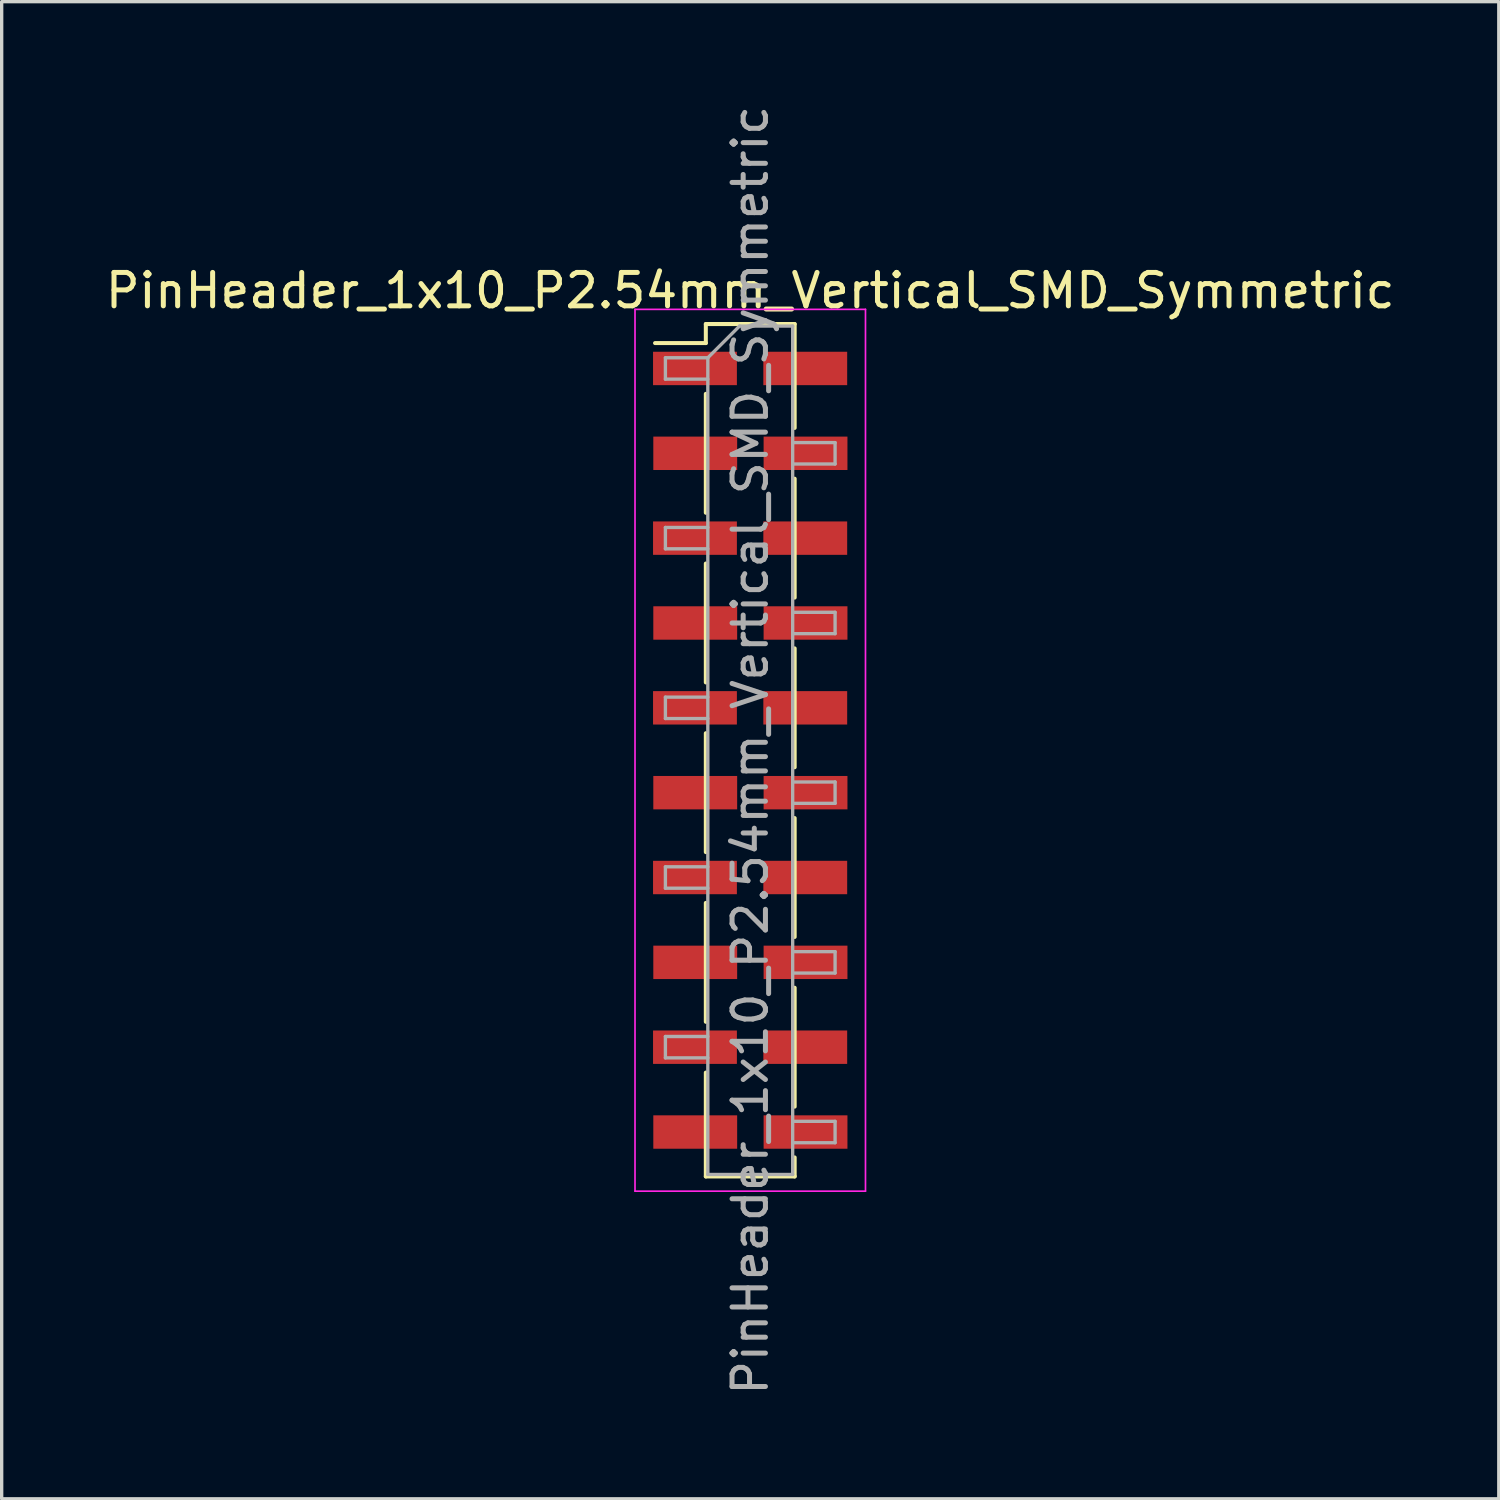
<source format=kicad_pcb>
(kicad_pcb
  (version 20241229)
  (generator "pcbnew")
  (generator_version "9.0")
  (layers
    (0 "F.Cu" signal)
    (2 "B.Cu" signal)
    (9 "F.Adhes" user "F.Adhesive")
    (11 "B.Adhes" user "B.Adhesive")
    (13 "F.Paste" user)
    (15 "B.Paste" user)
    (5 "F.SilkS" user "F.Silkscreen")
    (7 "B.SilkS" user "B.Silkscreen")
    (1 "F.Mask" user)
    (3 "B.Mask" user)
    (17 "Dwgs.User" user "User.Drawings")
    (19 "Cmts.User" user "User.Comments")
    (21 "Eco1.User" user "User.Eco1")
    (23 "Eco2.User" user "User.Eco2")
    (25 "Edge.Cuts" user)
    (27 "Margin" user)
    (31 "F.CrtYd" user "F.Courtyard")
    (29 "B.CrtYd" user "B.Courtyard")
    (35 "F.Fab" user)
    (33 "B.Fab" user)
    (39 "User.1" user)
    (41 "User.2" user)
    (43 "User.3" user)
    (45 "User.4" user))
  (footprint "PinHeader_1x10_P2.54mm_Vertical_SMD_Symmetric"
    (layer "F.Cu")
    (at 19.411 19.411)
    (property "Reference" "PinHeader_1x10_P2.54mm_Vertical_SMD_Symmetric" (at 0 -13.76 0) (layer "F.SilkS") (effects (font (size 1 1) (thickness 0.15))))
    (attr smd)
    (fp_line (start -1.33 -12.76) (end -1.33 -12.19) (stroke (width 0.12) (type solid)) (layer "F.SilkS"))
    (fp_line (start -1.33 -12.76) (end 1.33 -12.76) (stroke (width 0.12) (type solid)) (layer "F.SilkS"))
    (fp_line (start -1.33 -12.19) (end -2.85 -12.19) (stroke (width 0.12) (type solid)) (layer "F.SilkS"))
    (fp_line (start -1.33 -10.67) (end -1.33 -7.11) (stroke (width 0.12) (type solid)) (layer "F.SilkS"))
    (fp_line (start -1.33 -5.59) (end -1.33 -2.03) (stroke (width 0.12) (type solid)) (layer "F.SilkS"))
    (fp_line (start -1.33 -0.51) (end -1.33 3.05) (stroke (width 0.12) (type solid)) (layer "F.SilkS"))
    (fp_line (start -1.33 4.57) (end -1.33 8.13) (stroke (width 0.12) (type solid)) (layer "F.SilkS"))
    (fp_line (start -1.33 9.65) (end -1.33 12.76) (stroke (width 0.12) (type solid)) (layer "F.SilkS"))
    (fp_line (start -1.33 12.76) (end 1.33 12.76) (stroke (width 0.12) (type solid)) (layer "F.SilkS"))
    (fp_line (start 1.33 -12.76) (end 1.33 -9.65) (stroke (width 0.12) (type solid)) (layer "F.SilkS"))
    (fp_line (start 1.33 -8.13) (end 1.33 -4.57) (stroke (width 0.12) (type solid)) (layer "F.SilkS"))
    (fp_line (start 1.33 -3.05) (end 1.33 0.51) (stroke (width 0.12) (type solid)) (layer "F.SilkS"))
    (fp_line (start 1.33 2.03) (end 1.33 5.59) (stroke (width 0.12) (type solid)) (layer "F.SilkS"))
    (fp_line (start 1.33 7.11) (end 1.33 10.67) (stroke (width 0.12) (type solid)) (layer "F.SilkS"))
    (fp_line (start 1.33 12.19) (end 1.33 12.76) (stroke (width 0.12) (type solid)) (layer "F.SilkS"))
    (fp_line (start -3.45 -13.2) (end -3.45 13.2) (stroke (width 0.05) (type solid)) (layer "F.CrtYd"))
    (fp_line (start -3.45 13.2) (end 3.45 13.2) (stroke (width 0.05) (type solid)) (layer "F.CrtYd"))
    (fp_line (start 3.45 -13.2) (end -3.45 -13.2) (stroke (width 0.05) (type solid)) (layer "F.CrtYd"))
    (fp_line (start 3.45 13.2) (end 3.45 -13.2) (stroke (width 0.05) (type solid)) (layer "F.CrtYd"))
    (fp_line (start -2.54 -11.75) (end -2.54 -11.11) (stroke (width 0.1) (type solid)) (layer "F.Fab"))
    (fp_line (start -2.54 -11.11) (end -1.27 -11.11) (stroke (width 0.1) (type solid)) (layer "F.Fab"))
    (fp_line (start -2.54 -6.67) (end -2.54 -6.03) (stroke (width 0.1) (type solid)) (layer "F.Fab"))
    (fp_line (start -2.54 -6.03) (end -1.27 -6.03) (stroke (width 0.1) (type solid)) (layer "F.Fab"))
    (fp_line (start -2.54 -1.59) (end -2.54 -0.95) (stroke (width 0.1) (type solid)) (layer "F.Fab"))
    (fp_line (start -2.54 -0.95) (end -1.27 -0.95) (stroke (width 0.1) (type solid)) (layer "F.Fab"))
    (fp_line (start -2.54 3.49) (end -2.54 4.13) (stroke (width 0.1) (type solid)) (layer "F.Fab"))
    (fp_line (start -2.54 4.13) (end -1.27 4.13) (stroke (width 0.1) (type solid)) (layer "F.Fab"))
    (fp_line (start -2.54 8.57) (end -2.54 9.21) (stroke (width 0.1) (type solid)) (layer "F.Fab"))
    (fp_line (start -2.54 9.21) (end -1.27 9.21) (stroke (width 0.1) (type solid)) (layer "F.Fab"))
    (fp_line (start -1.27 -11.75) (end -2.54 -11.75) (stroke (width 0.1) (type solid)) (layer "F.Fab"))
    (fp_line (start -1.27 -11.75) (end -0.32 -12.7) (stroke (width 0.1) (type solid)) (layer "F.Fab"))
    (fp_line (start -1.27 -6.67) (end -2.54 -6.67) (stroke (width 0.1) (type solid)) (layer "F.Fab"))
    (fp_line (start -1.27 -1.59) (end -2.54 -1.59) (stroke (width 0.1) (type solid)) (layer "F.Fab"))
    (fp_line (start -1.27 3.49) (end -2.54 3.49) (stroke (width 0.1) (type solid)) (layer "F.Fab"))
    (fp_line (start -1.27 8.57) (end -2.54 8.57) (stroke (width 0.1) (type solid)) (layer "F.Fab"))
    (fp_line (start -1.27 12.7) (end -1.27 -11.75) (stroke (width 0.1) (type solid)) (layer "F.Fab"))
    (fp_line (start -0.32 -12.7) (end 1.27 -12.7) (stroke (width 0.1) (type solid)) (layer "F.Fab"))
    (fp_line (start 1.27 -12.7) (end 1.27 12.7) (stroke (width 0.1) (type solid)) (layer "F.Fab"))
    (fp_line (start 1.27 -9.21) (end 2.54 -9.21) (stroke (width 0.1) (type solid)) (layer "F.Fab"))
    (fp_line (start 1.27 -4.13) (end 2.54 -4.13) (stroke (width 0.1) (type solid)) (layer "F.Fab"))
    (fp_line (start 1.27 0.95) (end 2.54 0.95) (stroke (width 0.1) (type solid)) (layer "F.Fab"))
    (fp_line (start 1.27 6.03) (end 2.54 6.03) (stroke (width 0.1) (type solid)) (layer "F.Fab"))
    (fp_line (start 1.27 11.11) (end 2.54 11.11) (stroke (width 0.1) (type solid)) (layer "F.Fab"))
    (fp_line (start 1.27 12.7) (end -1.27 12.7) (stroke (width 0.1) (type solid)) (layer "F.Fab"))
    (fp_line (start 2.54 -9.21) (end 2.54 -8.57) (stroke (width 0.1) (type solid)) (layer "F.Fab"))
    (fp_line (start 2.54 -8.57) (end 1.27 -8.57) (stroke (width 0.1) (type solid)) (layer "F.Fab"))
    (fp_line (start 2.54 -4.13) (end 2.54 -3.49) (stroke (width 0.1) (type solid)) (layer "F.Fab"))
    (fp_line (start 2.54 -3.49) (end 1.27 -3.49) (stroke (width 0.1) (type solid)) (layer "F.Fab"))
    (fp_line (start 2.54 0.95) (end 2.54 1.59) (stroke (width 0.1) (type solid)) (layer "F.Fab"))
    (fp_line (start 2.54 1.59) (end 1.27 1.59) (stroke (width 0.1) (type solid)) (layer "F.Fab"))
    (fp_line (start 2.54 6.03) (end 2.54 6.67) (stroke (width 0.1) (type solid)) (layer "F.Fab"))
    (fp_line (start 2.54 6.67) (end 1.27 6.67) (stroke (width 0.1) (type solid)) (layer "F.Fab"))
    (fp_line (start 2.54 11.11) (end 2.54 11.75) (stroke (width 0.1) (type solid)) (layer "F.Fab"))
    (fp_line (start 2.54 11.75) (end 1.27 11.75) (stroke (width 0.1) (type solid)) (layer "F.Fab"))
    (fp_text user "${REFERENCE}" (at 0 0 90) (layer "F.Fab") (effects (font (size 1 1) (thickness 0.15))))
    (pad "1" smd rect (at -1.655 -11.43) (size 2.51 1) (layers "F.Cu" "F.Mask" "F.Paste"))
    (pad "1" smd rect (at 1.647 -11.43) (size 2.51 1) (layers "F.Cu" "F.Mask" "F.Paste"))
    (pad "2" smd rect (at -1.647 -8.89) (size 2.51 1) (layers "F.Cu" "F.Mask" "F.Paste"))
    (pad "2" smd rect (at 1.655 -8.89) (size 2.51 1) (layers "F.Cu" "F.Mask" "F.Paste"))
    (pad "3" smd rect (at -1.655 -6.35) (size 2.51 1) (layers "F.Cu" "F.Mask" "F.Paste"))
    (pad "3" smd rect (at 1.647 -6.35) (size 2.51 1) (layers "F.Cu" "F.Mask" "F.Paste"))
    (pad "4" smd rect (at -1.647 -3.81) (size 2.51 1) (layers "F.Cu" "F.Mask" "F.Paste"))
    (pad "4" smd rect (at 1.655 -3.81) (size 2.51 1) (layers "F.Cu" "F.Mask" "F.Paste"))
    (pad "5" smd rect (at -1.655 -1.27) (size 2.51 1) (layers "F.Cu" "F.Mask" "F.Paste"))
    (pad "5" smd rect (at 1.647 -1.27) (size 2.51 1) (layers "F.Cu" "F.Mask" "F.Paste"))
    (pad "6" smd rect (at -1.647 1.27) (size 2.51 1) (layers "F.Cu" "F.Mask" "F.Paste"))
    (pad "6" smd rect (at 1.655 1.27) (size 2.51 1) (layers "F.Cu" "F.Mask" "F.Paste"))
    (pad "7" smd rect (at -1.655 3.81) (size 2.51 1) (layers "F.Cu" "F.Mask" "F.Paste"))
    (pad "7" smd rect (at 1.647 3.81) (size 2.51 1) (layers "F.Cu" "F.Mask" "F.Paste"))
    (pad "8" smd rect (at -1.647 6.35) (size 2.51 1) (layers "F.Cu" "F.Mask" "F.Paste"))
    (pad "8" smd rect (at 1.655 6.35) (size 2.51 1) (layers "F.Cu" "F.Mask" "F.Paste"))
    (pad "9" smd rect (at -1.655 8.89) (size 2.51 1) (layers "F.Cu" "F.Mask" "F.Paste"))
    (pad "9" smd rect (at 1.647 8.89) (size 2.51 1) (layers "F.Cu" "F.Mask" "F.Paste"))
    (pad "10" smd rect (at -1.647 11.43) (size 2.51 1) (layers "F.Cu" "F.Mask" "F.Paste"))
    (pad "10" smd rect (at 1.655 11.43) (size 2.51 1) (layers "F.Cu" "F.Mask" "F.Paste")))
  (gr_rect
    (start -3 -3)
    (end 41.821 41.821)
    (stroke (width 0.1) (type default))
    (fill no)
    (layer "Edge.Cuts")))
</source>
